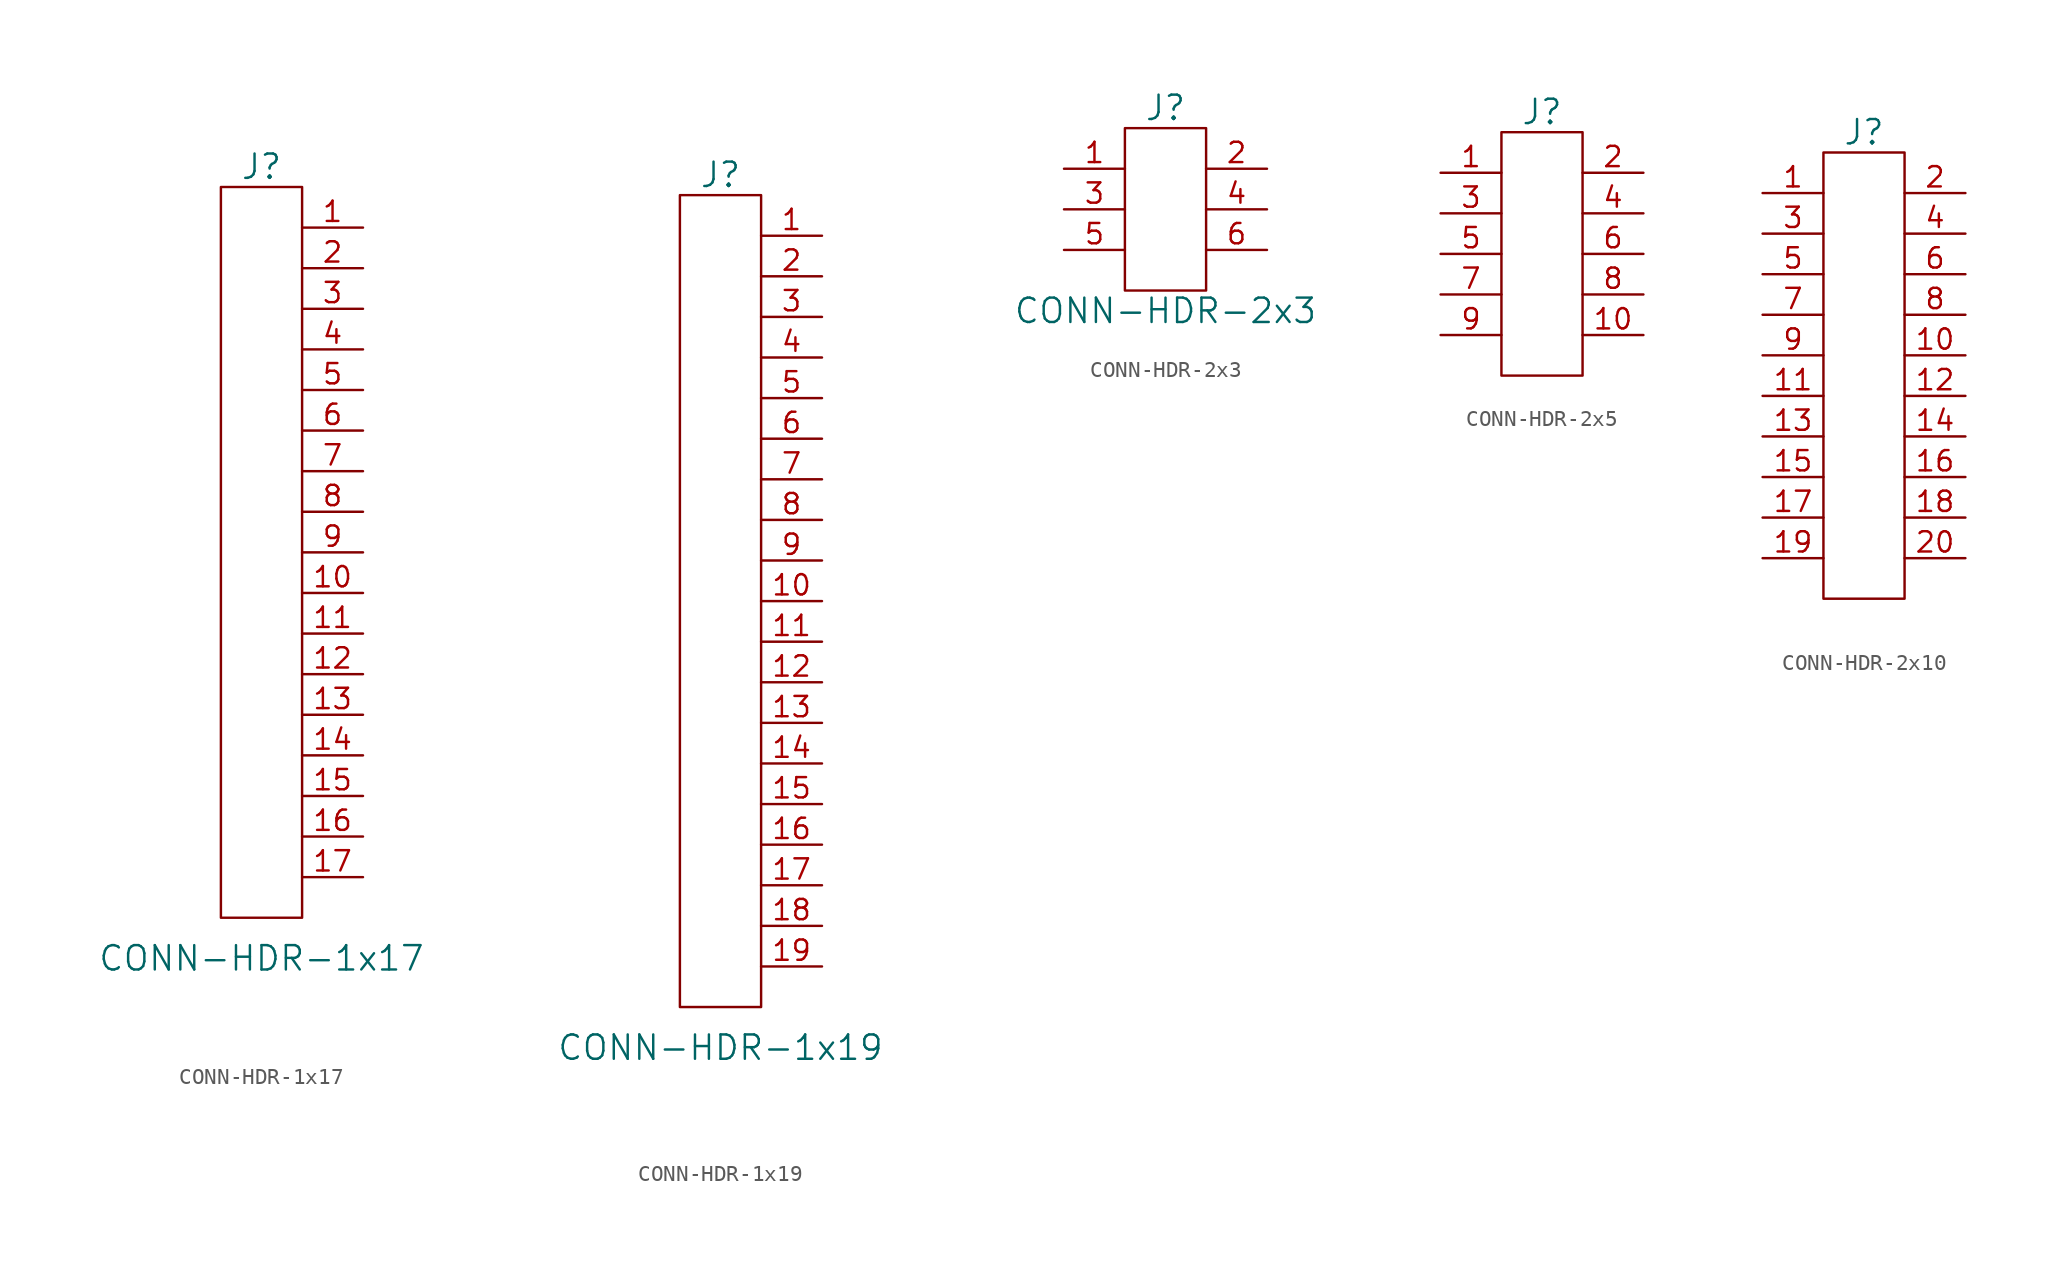
<source format=kicad_sym>
(kicad_symbol_lib
  (version 20211014)
  (generator kicad_symbol_editor)
  (symbol "CONN-HDR-1x17"
    (pin_names
      (offset 1.016))
    (property "Reference" "J"
      (at 0 24.13 0)
      (effects (font (size 1.524 1.524))))
    (property "Value" "CONN-HDR-1x17"
      (at 0 -25.4 0)
      (effects (font (size 1.524 1.524))))
    (property "Datasheet" ""
      (at 0 7.62 0)
      (effects (font (size 1.524 1.524))))
    (symbol "CONN-HDR-1x17_0_1"
      (rectangle (start 2.54 22.86) (end -2.54 -22.86) (stroke (width 0) (type default) (color 0 0 0 0)) (fill (type none)))
      (pin input line (at 6.35 17.78 180) (length 3.81) (name "~" (effects (font (size 1.27 1.27)))) (number "2" (effects (font (size 1.27 1.27))))))
    (symbol "CONN-HDR-1x17_1_1"
      (pin input line (at 6.35 20.32 180) (length 3.81) (name "~" (effects (font (size 1.27 1.27)))) (number "1" (effects (font (size 1.27 1.27)))))
      (pin input line (at 6.35 -2.54 180) (length 3.81) (name "~" (effects (font (size 1.27 1.27)))) (number "10" (effects (font (size 1.27 1.27)))))
      (pin input line (at 6.35 -5.08 180) (length 3.81) (name "~" (effects (font (size 1.27 1.27)))) (number "11" (effects (font (size 1.27 1.27)))))
      (pin input line (at 6.35 -7.62 180) (length 3.81) (name "~" (effects (font (size 1.27 1.27)))) (number "12" (effects (font (size 1.27 1.27)))))
      (pin input line (at 6.35 -10.16 180) (length 3.81) (name "~" (effects (font (size 1.27 1.27)))) (number "13" (effects (font (size 1.27 1.27)))))
      (pin input line (at 6.35 -12.7 180) (length 3.81) (name "~" (effects (font (size 1.27 1.27)))) (number "14" (effects (font (size 1.27 1.27)))))
      (pin passive line (at 6.35 -15.24 180) (length 3.81) (name "~" (effects (font (size 1.27 1.27)))) (number "15" (effects (font (size 1.27 1.27)))))
      (pin passive line (at 6.35 -17.78 180) (length 3.81) (name "~" (effects (font (size 1.27 1.27)))) (number "16" (effects (font (size 1.27 1.27)))))
      (pin input line (at 6.35 -20.32 180) (length 3.81) (name "~" (effects (font (size 1.27 1.27)))) (number "17" (effects (font (size 1.27 1.27)))))
      (pin input line (at 6.35 15.24 180) (length 3.81) (name "~" (effects (font (size 1.27 1.27)))) (number "3" (effects (font (size 1.27 1.27)))))
      (pin input line (at 6.35 12.7 180) (length 3.81) (name "~" (effects (font (size 1.27 1.27)))) (number "4" (effects (font (size 1.27 1.27)))))
      (pin input line (at 6.35 10.16 180) (length 3.81) (name "~" (effects (font (size 1.27 1.27)))) (number "5" (effects (font (size 1.27 1.27)))))
      (pin input line (at 6.35 7.62 180) (length 3.81) (name "~" (effects (font (size 1.27 1.27)))) (number "6" (effects (font (size 1.27 1.27)))))
      (pin input line (at 6.35 5.08 180) (length 3.81) (name "~" (effects (font (size 1.27 1.27)))) (number "7" (effects (font (size 1.27 1.27)))))
      (pin input line (at 6.35 2.54 180) (length 3.81) (name "~" (effects (font (size 1.27 1.27)))) (number "8" (effects (font (size 1.27 1.27)))))
      (pin input line (at 6.35 0 180) (length 3.81) (name "~" (effects (font (size 1.27 1.27)))) (number "9" (effects (font (size 1.27 1.27)))))))
  (symbol "CONN-HDR-1x19"
    (pin_names
      (offset 1.016))
    (property "Reference" "J"
      (at 0 26.67 0)
      (effects (font (size 1.524 1.524))))
    (property "Value" "CONN-HDR-1x19"
      (at 0 -27.94 0)
      (effects (font (size 1.524 1.524))))
    (property "Datasheet" ""
      (at 0 10.16 0)
      (effects (font (size 1.524 1.524))))
    (symbol "CONN-HDR-1x19_0_1"
      (rectangle (start 2.54 25.4) (end -2.54 -25.4) (stroke (width 0) (type default) (color 0 0 0 0)) (fill (type none)))
      (pin input line (at 6.35 20.32 180) (length 3.81) (name "~" (effects (font (size 1.27 1.27)))) (number "2" (effects (font (size 1.27 1.27))))))
    (symbol "CONN-HDR-1x19_1_1"
      (pin input line (at 6.35 22.86 180) (length 3.81) (name "~" (effects (font (size 1.27 1.27)))) (number "1" (effects (font (size 1.27 1.27)))))
      (pin input line (at 6.35 0 180) (length 3.81) (name "~" (effects (font (size 1.27 1.27)))) (number "10" (effects (font (size 1.27 1.27)))))
      (pin input line (at 6.35 -2.54 180) (length 3.81) (name "~" (effects (font (size 1.27 1.27)))) (number "11" (effects (font (size 1.27 1.27)))))
      (pin input line (at 6.35 -5.08 180) (length 3.81) (name "~" (effects (font (size 1.27 1.27)))) (number "12" (effects (font (size 1.27 1.27)))))
      (pin input line (at 6.35 -7.62 180) (length 3.81) (name "~" (effects (font (size 1.27 1.27)))) (number "13" (effects (font (size 1.27 1.27)))))
      (pin input line (at 6.35 -10.16 180) (length 3.81) (name "~" (effects (font (size 1.27 1.27)))) (number "14" (effects (font (size 1.27 1.27)))))
      (pin passive line (at 6.35 -12.7 180) (length 3.81) (name "~" (effects (font (size 1.27 1.27)))) (number "15" (effects (font (size 1.27 1.27)))))
      (pin passive line (at 6.35 -15.24 180) (length 3.81) (name "~" (effects (font (size 1.27 1.27)))) (number "16" (effects (font (size 1.27 1.27)))))
      (pin input line (at 6.35 -17.78 180) (length 3.81) (name "~" (effects (font (size 1.27 1.27)))) (number "17" (effects (font (size 1.27 1.27)))))
      (pin input line (at 6.35 -20.32 180) (length 3.81) (name "~" (effects (font (size 1.27 1.27)))) (number "18" (effects (font (size 1.27 1.27)))))
      (pin input line (at 6.35 -22.86 180) (length 3.81) (name "~" (effects (font (size 1.27 1.27)))) (number "19" (effects (font (size 1.27 1.27)))))
      (pin input line (at 6.35 17.78 180) (length 3.81) (name "~" (effects (font (size 1.27 1.27)))) (number "3" (effects (font (size 1.27 1.27)))))
      (pin input line (at 6.35 15.24 180) (length 3.81) (name "~" (effects (font (size 1.27 1.27)))) (number "4" (effects (font (size 1.27 1.27)))))
      (pin input line (at 6.35 12.7 180) (length 3.81) (name "~" (effects (font (size 1.27 1.27)))) (number "5" (effects (font (size 1.27 1.27)))))
      (pin input line (at 6.35 10.16 180) (length 3.81) (name "~" (effects (font (size 1.27 1.27)))) (number "6" (effects (font (size 1.27 1.27)))))
      (pin input line (at 6.35 7.62 180) (length 3.81) (name "~" (effects (font (size 1.27 1.27)))) (number "7" (effects (font (size 1.27 1.27)))))
      (pin input line (at 6.35 5.08 180) (length 3.81) (name "~" (effects (font (size 1.27 1.27)))) (number "8" (effects (font (size 1.27 1.27)))))
      (pin input line (at 6.35 2.54 180) (length 3.81) (name "~" (effects (font (size 1.27 1.27)))) (number "9" (effects (font (size 1.27 1.27)))))))
  (symbol "CONN-HDR-2x3"
    (pin_names
      (offset 1.016))
    (property "Reference" "J"
      (at 0 6.35 0)
      (effects (font (size 1.524 1.524))))
    (property "Value" "CONN-HDR-2x3"
      (at 0 -6.35 0)
      (effects (font (size 1.524 1.524))))
    (property "Datasheet" ""
      (at 0 -6.35 0)
      (effects (font (size 1.524 1.524))))
    (symbol "CONN-HDR-2x3_0_1"
      (rectangle (start 2.54 5.08) (end -2.54 -5.08) (stroke (width 0) (type default) (color 0 0 0 0)) (fill (type none)))
      (pin input line (at 6.35 2.54 180) (length 3.81) (name "~" (effects (font (size 1.27 1.27)))) (number "2" (effects (font (size 1.27 1.27))))))
    (symbol "CONN-HDR-2x3_1_1"
      (pin input line (at -6.35 2.54 0) (length 3.81) (name "~" (effects (font (size 1.27 1.27)))) (number "1" (effects (font (size 1.27 1.27)))))
      (pin input line (at -6.35 0 0) (length 3.81) (name "~" (effects (font (size 1.27 1.27)))) (number "3" (effects (font (size 1.27 1.27)))))
      (pin input line (at 6.35 0 180) (length 3.81) (name "~" (effects (font (size 1.27 1.27)))) (number "4" (effects (font (size 1.27 1.27)))))
      (pin input line (at -6.35 -2.54 0) (length 3.81) (name "~" (effects (font (size 1.27 1.27)))) (number "5" (effects (font (size 1.27 1.27)))))
      (pin input line (at 6.35 -2.54 180) (length 3.81) (name "~" (effects (font (size 1.27 1.27)))) (number "6" (effects (font (size 1.27 1.27)))))))
  (symbol "CONN-HDR-2x5"
    (pin_names
      (offset 1.016))
    (property "Reference" "J"
      (at 0 8.89 0)
      (effects (font (size 1.524 1.524))))
    (property "Datasheet" ""
      (at 0 -3.81 0)
      (effects (font (size 1.524 1.524))))
    (symbol "CONN-HDR-2x5_0_1"
      (rectangle (start 2.54 7.62) (end -2.54 -7.62) (stroke (width 0) (type default) (color 0 0 0 0)) (fill (type none)))
      (pin passive line (at 6.35 5.08 180) (length 3.81) (name "~" (effects (font (size 1.27 1.27)))) (number "2" (effects (font (size 1.27 1.27))))))
    (symbol "CONN-HDR-2x5_1_1"
      (pin passive line (at -6.35 5.08 0) (length 3.81) (name "~" (effects (font (size 1.27 1.27)))) (number "1" (effects (font (size 1.27 1.27)))))
      (pin passive line (at 6.35 -5.08 180) (length 3.81) (name "~" (effects (font (size 1.27 1.27)))) (number "10" (effects (font (size 1.27 1.27)))))
      (pin passive line (at -6.35 2.54 0) (length 3.81) (name "~" (effects (font (size 1.27 1.27)))) (number "3" (effects (font (size 1.27 1.27)))))
      (pin passive line (at 6.35 2.54 180) (length 3.81) (name "~" (effects (font (size 1.27 1.27)))) (number "4" (effects (font (size 1.27 1.27)))))
      (pin passive line (at -6.35 0 0) (length 3.81) (name "~" (effects (font (size 1.27 1.27)))) (number "5" (effects (font (size 1.27 1.27)))))
      (pin passive line (at 6.35 0 180) (length 3.81) (name "~" (effects (font (size 1.27 1.27)))) (number "6" (effects (font (size 1.27 1.27)))))
      (pin passive line (at -6.35 -2.54 0) (length 3.81) (name "~" (effects (font (size 1.27 1.27)))) (number "7" (effects (font (size 1.27 1.27)))))
      (pin passive line (at 6.35 -2.54 180) (length 3.81) (name "~" (effects (font (size 1.27 1.27)))) (number "8" (effects (font (size 1.27 1.27)))))
      (pin passive line (at -6.35 -5.08 0) (length 3.81) (name "~" (effects (font (size 1.27 1.27)))) (number "9" (effects (font (size 1.27 1.27)))))))
  (symbol "CONN-HDR-2x10"
    (pin_names
      (offset 1.016))
    (property "Reference" "J"
      (at 0 15.24 0)
      (effects (font (size 1.524 1.524))))
    (property "Datasheet" ""
      (at 0 2.54 0)
      (effects (font (size 1.524 1.524))))
    (symbol "CONN-HDR-2x10_0_1"
      (rectangle (start 2.54 13.97) (end -2.54 -13.97) (stroke (width 0) (type default) (color 0 0 0 0)) (fill (type none)))
      (pin passive line (at 6.35 11.43 180) (length 3.81) (name "~" (effects (font (size 1.27 1.27)))) (number "2" (effects (font (size 1.27 1.27))))))
    (symbol "CONN-HDR-2x10_1_1"
      (pin passive line (at -6.35 11.43 0) (length 3.81) (name "~" (effects (font (size 1.27 1.27)))) (number "1" (effects (font (size 1.27 1.27)))))
      (pin passive line (at 6.35 1.27 180) (length 3.81) (name "~" (effects (font (size 1.27 1.27)))) (number "10" (effects (font (size 1.27 1.27)))))
      (pin passive line (at -6.35 -1.27 0) (length 3.81) (name "~" (effects (font (size 1.27 1.27)))) (number "11" (effects (font (size 1.27 1.27)))))
      (pin passive line (at 6.35 -1.27 180) (length 3.81) (name "~" (effects (font (size 1.27 1.27)))) (number "12" (effects (font (size 1.27 1.27)))))
      (pin passive line (at -6.35 -3.81 0) (length 3.81) (name "~" (effects (font (size 1.27 1.27)))) (number "13" (effects (font (size 1.27 1.27)))))
      (pin passive line (at 6.35 -3.81 180) (length 3.81) (name "~" (effects (font (size 1.27 1.27)))) (number "14" (effects (font (size 1.27 1.27)))))
      (pin passive line (at -6.35 -6.35 0) (length 3.81) (name "~" (effects (font (size 1.27 1.27)))) (number "15" (effects (font (size 1.27 1.27)))))
      (pin passive line (at 6.35 -6.35 180) (length 3.81) (name "~" (effects (font (size 1.27 1.27)))) (number "16" (effects (font (size 1.27 1.27)))))
      (pin passive line (at -6.35 -8.89 0) (length 3.81) (name "~" (effects (font (size 1.27 1.27)))) (number "17" (effects (font (size 1.27 1.27)))))
      (pin passive line (at 6.35 -8.89 180) (length 3.81) (name "~" (effects (font (size 1.27 1.27)))) (number "18" (effects (font (size 1.27 1.27)))))
      (pin passive line (at -6.35 -11.43 0) (length 3.81) (name "~" (effects (font (size 1.27 1.27)))) (number "19" (effects (font (size 1.27 1.27)))))
      (pin passive line (at 6.35 -11.43 180) (length 3.81) (name "~" (effects (font (size 1.27 1.27)))) (number "20" (effects (font (size 1.27 1.27)))))
      (pin passive line (at -6.35 8.89 0) (length 3.81) (name "~" (effects (font (size 1.27 1.27)))) (number "3" (effects (font (size 1.27 1.27)))))
      (pin passive line (at 6.35 8.89 180) (length 3.81) (name "~" (effects (font (size 1.27 1.27)))) (number "4" (effects (font (size 1.27 1.27)))))
      (pin passive line (at -6.35 6.35 0) (length 3.81) (name "~" (effects (font (size 1.27 1.27)))) (number "5" (effects (font (size 1.27 1.27)))))
      (pin passive line (at 6.35 6.35 180) (length 3.81) (name "~" (effects (font (size 1.27 1.27)))) (number "6" (effects (font (size 1.27 1.27)))))
      (pin passive line (at -6.35 3.81 0) (length 3.81) (name "~" (effects (font (size 1.27 1.27)))) (number "7" (effects (font (size 1.27 1.27)))))
      (pin passive line (at 6.35 3.81 180) (length 3.81) (name "~" (effects (font (size 1.27 1.27)))) (number "8" (effects (font (size 1.27 1.27)))))
      (pin passive line (at -6.35 1.27 0) (length 3.81) (name "~" (effects (font (size 1.27 1.27)))) (number "9" (effects (font (size 1.27 1.27))))))))
</source>
